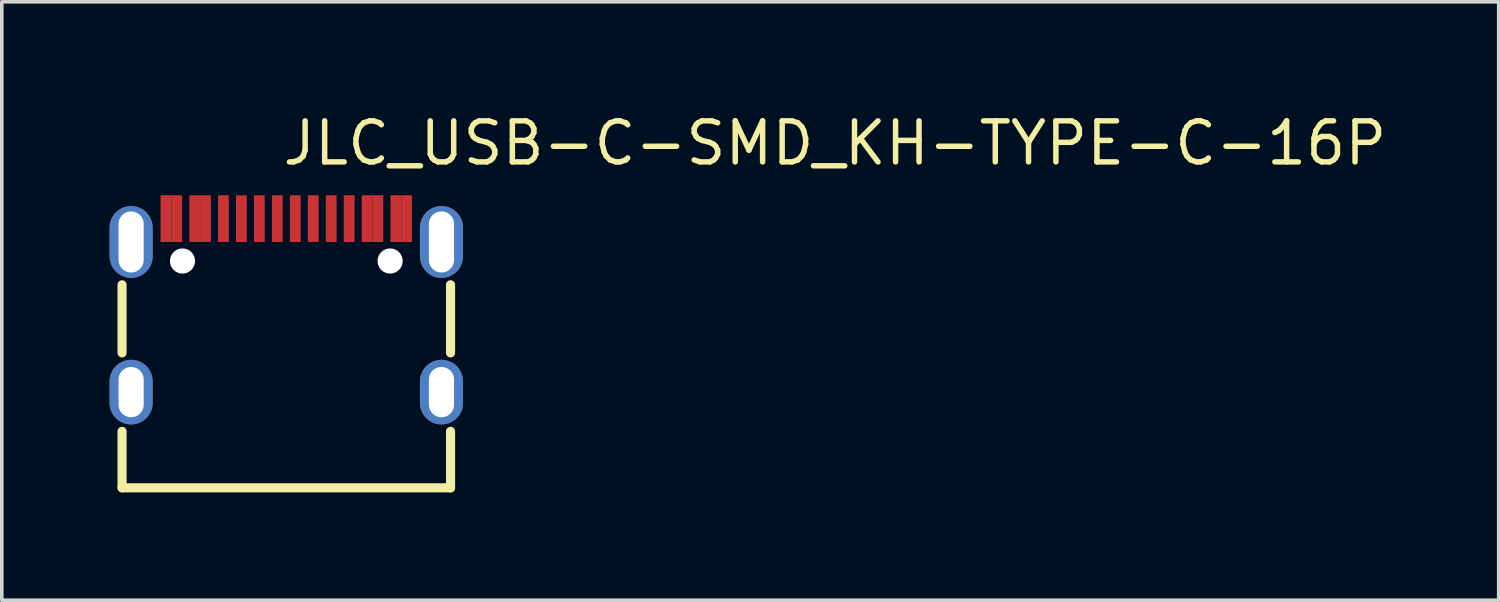
<source format=kicad_pcb>
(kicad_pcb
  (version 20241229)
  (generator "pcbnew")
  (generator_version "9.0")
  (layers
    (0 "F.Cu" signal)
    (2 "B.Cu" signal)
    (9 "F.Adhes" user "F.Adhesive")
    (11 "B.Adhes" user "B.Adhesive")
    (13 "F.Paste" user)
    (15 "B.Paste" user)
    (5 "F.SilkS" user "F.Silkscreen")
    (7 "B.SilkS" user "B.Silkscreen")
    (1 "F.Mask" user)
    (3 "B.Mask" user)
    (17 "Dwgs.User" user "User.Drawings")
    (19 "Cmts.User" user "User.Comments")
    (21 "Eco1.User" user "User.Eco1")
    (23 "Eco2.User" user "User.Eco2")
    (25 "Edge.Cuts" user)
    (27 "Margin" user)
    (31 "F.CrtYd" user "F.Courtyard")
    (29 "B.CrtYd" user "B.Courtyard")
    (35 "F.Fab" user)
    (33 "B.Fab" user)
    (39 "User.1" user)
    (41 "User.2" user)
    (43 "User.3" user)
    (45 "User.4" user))
  (footprint "JLC_USB-C-SMD_KH-TYPE-C-16P"
    (layer "F.Cu")
    (at 4.92 5.451)
    (property "Reference" "JLC_USB-C-SMD_KH-TYPE-C-16P" (at -0.175 -4.515 0) (layer "F.SilkS") (effects (font (size 1.143 1.143) (thickness 0.152)) (justify left)))
    (attr through_hole)
    (fp_line (start -4.572 -0.573) (end -4.572 1.323) (stroke (width 0.254) (type solid)) (layer "F.SilkS"))
    (fp_line (start -4.572 3.507) (end -4.572 5.08) (stroke (width 0.254) (type solid)) (layer "F.SilkS"))
    (fp_line (start -4.572 5.08) (end 4.572 5.08) (stroke (width 0.254) (type solid)) (layer "F.SilkS"))
    (fp_line (start 4.572 1.323) (end 4.572 -0.573) (stroke (width 0.254) (type solid)) (layer "F.SilkS"))
    (fp_line (start 4.572 5.08) (end 4.572 3.507) (stroke (width 0.254) (type solid)) (layer "F.SilkS"))
    (pad "" np_thru_hole circle (at -2.89 -1.235) (size 0.7 0.7) (drill 0.7) (layers "*.Cu" "*.Mask"))
    (pad "" np_thru_hole circle (at 2.89 -1.235) (size 0.7 0.7) (drill 0.7) (layers "*.Cu" "*.Mask"))
    (pad "A1" smd rect (at -3.35 -2.415) (size 0.3 1.3) (layers "F.Cu" "F.Mask" "F.Paste"))
    (pad "A4" smd rect (at -2.55 -2.415) (size 0.3 1.3) (layers "F.Cu" "F.Mask" "F.Paste"))
    (pad "A5" smd rect (at -1.25 -2.415) (size 0.3 1.3) (layers "F.Cu" "F.Mask" "F.Paste"))
    (pad "A6" smd rect (at -0.25 -2.415) (size 0.3 1.3) (layers "F.Cu" "F.Mask" "F.Paste"))
    (pad "A7" smd rect (at 0.25 -2.415) (size 0.3 1.3) (layers "F.Cu" "F.Mask" "F.Paste"))
    (pad "A8" smd rect (at 1.25 -2.415) (size 0.3 1.3) (layers "F.Cu" "F.Mask" "F.Paste"))
    (pad "A9" smd rect (at 2.55 -2.415) (size 0.3 1.3) (layers "F.Cu" "F.Mask" "F.Paste"))
    (pad "A12" smd rect (at 3.35 -2.415) (size 0.3 1.3) (layers "F.Cu" "F.Mask" "F.Paste"))
    (pad "B1" smd rect (at 3.05 -2.415) (size 0.3 1.3) (layers "F.Cu" "F.Mask" "F.Paste"))
    (pad "B4" smd rect (at 2.25 -2.415) (size 0.3 1.3) (layers "F.Cu" "F.Mask" "F.Paste"))
    (pad "B5" smd rect (at 1.75 -2.415) (size 0.3 1.3) (layers "F.Cu" "F.Mask" "F.Paste"))
    (pad "B6" smd rect (at 0.75 -2.415) (size 0.3 1.3) (layers "F.Cu" "F.Mask" "F.Paste"))
    (pad "B7" smd rect (at -0.75 -2.415) (size 0.3 1.3) (layers "F.Cu" "F.Mask" "F.Paste"))
    (pad "B8" smd rect (at -1.75 -2.415) (size 0.3 1.3) (layers "F.Cu" "F.Mask" "F.Paste"))
    (pad "B9" smd rect (at -2.25 -2.415) (size 0.3 1.3) (layers "F.Cu" "F.Mask" "F.Paste"))
    (pad "B12" smd rect (at -3.05 -2.415) (size 0.3 1.3) (layers "F.Cu" "F.Mask" "F.Paste"))
    (pad "S1" thru_hole oval (at -4.32 -1.765) (size 1.2 2) (drill oval 0.7 1.7) (layers "*.Cu" "*.Mask"))
    (pad "S1" thru_hole oval (at -4.32 2.415) (size 1.2 1.8) (drill oval 0.7 1.4) (layers "*.Cu" "*.Mask"))
    (pad "S1" thru_hole oval (at 4.32 -1.765) (size 1.2 2) (drill oval 0.7 1.7) (layers "*.Cu" "*.Mask"))
    (pad "S1" thru_hole oval (at 4.32 2.415) (size 1.2 1.8) (drill oval 0.7 1.4) (layers "*.Cu" "*.Mask")))
  (gr_rect
    (start -3 -3)
    (end 38.671 13.658)
    (stroke (width 0.1) (type default))
    (fill no)
    (layer "Edge.Cuts")))
</source>
